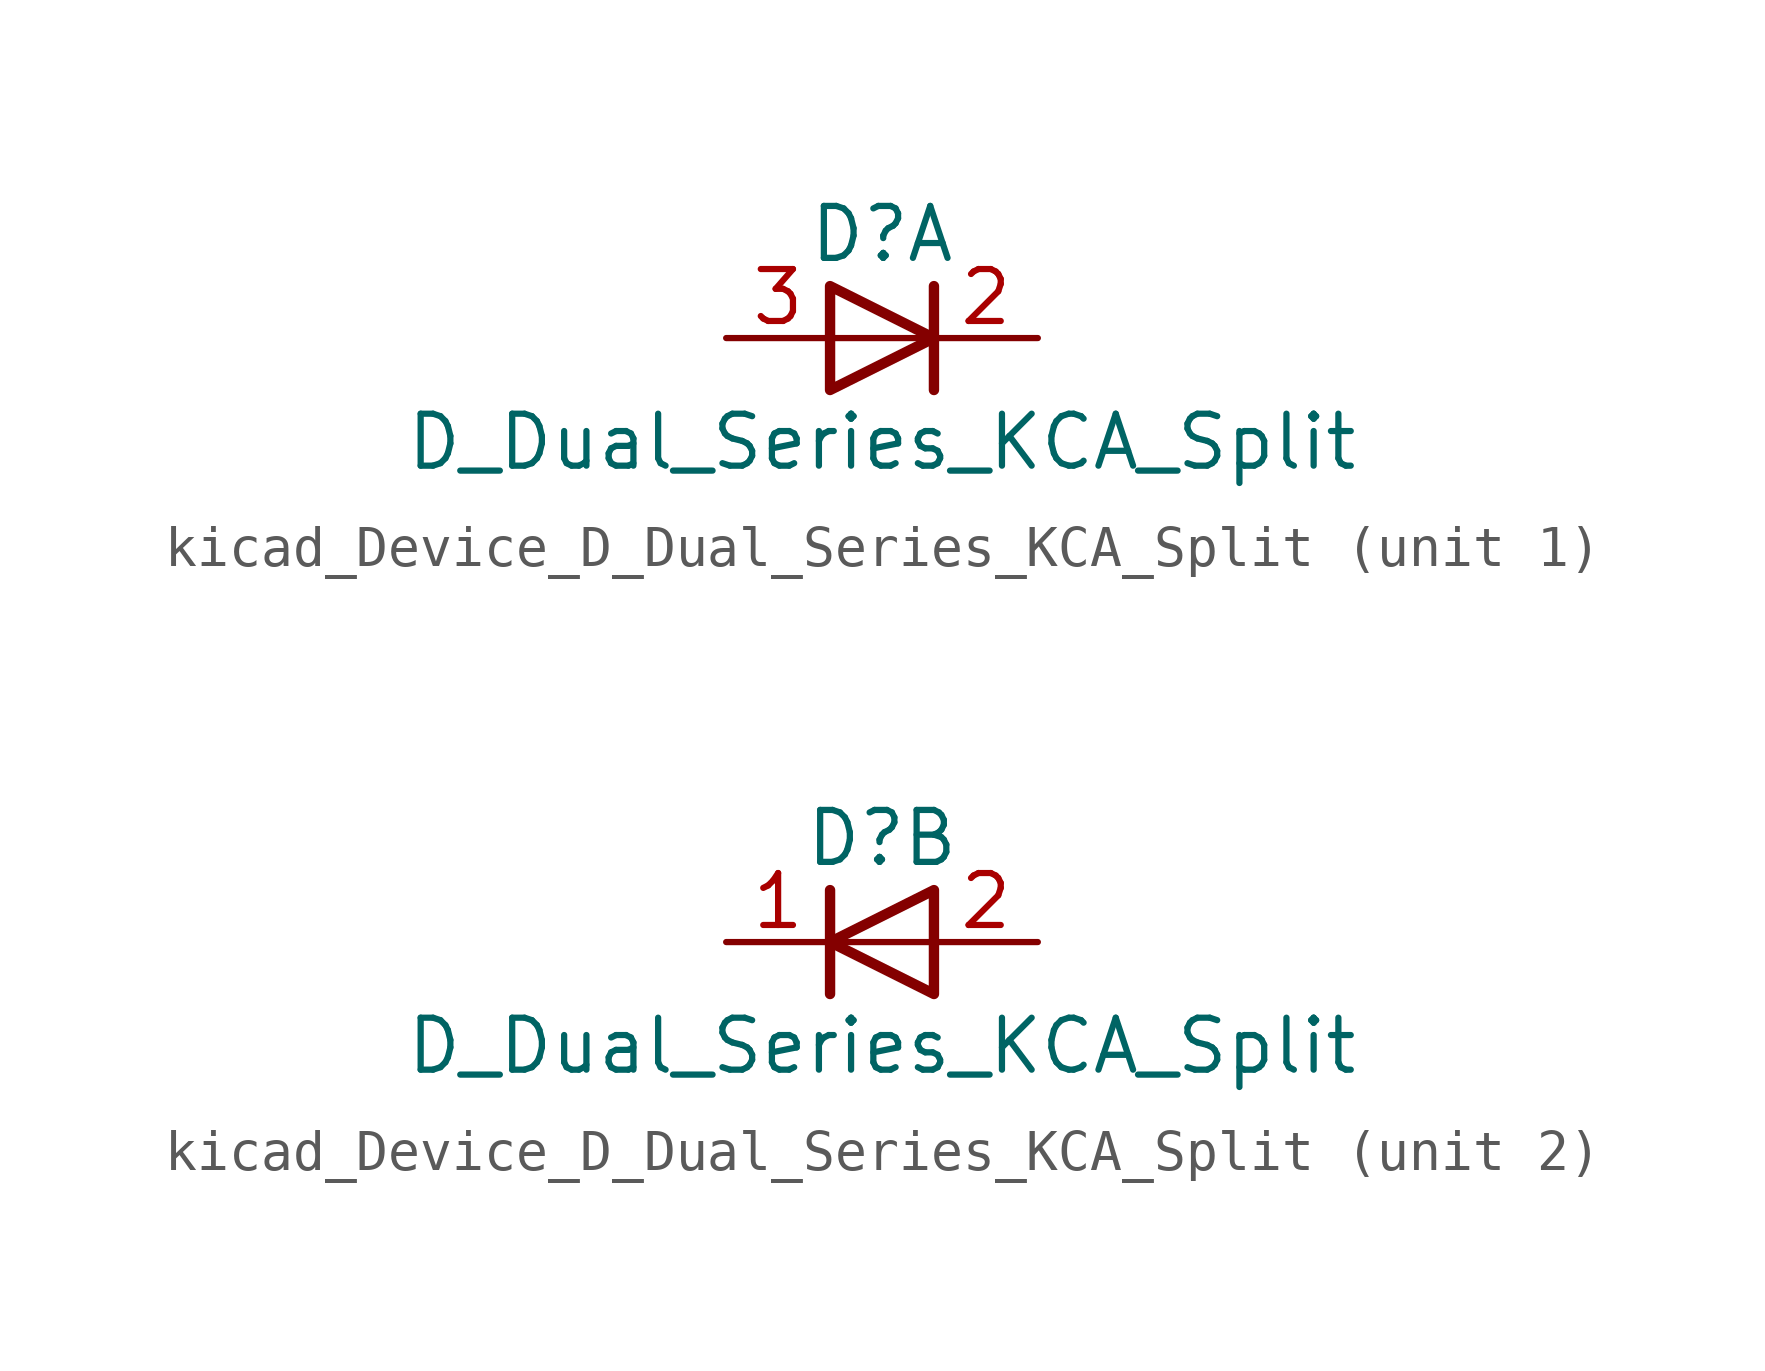
<source format=kicad_sym>
(kicad_symbol_lib
  (version 20220914)
  (generator kicad_symbol_editor)
  (symbol "kicad_Device_D_Dual_Series_KCA_Split"
    (pin_names
      (offset 0.762) hide)
    (property "Reference" "D"
      (at 0 2.54 0)
      (effects (font (size 1.27 1.27))))
    (property "Value" "D_Dual_Series_KCA_Split"
      (at 0 -2.54 0)
      (effects (font (size 1.27 1.27))))
    (property "ki_locked" ""
      (at 0 0 0)
      (effects (font (size 1.27 1.27))))
    (symbol "kicad_Device_D_Dual_Series_KCA_Split_0_1"
      (pin passive line (at 3.81 0 180) (length 2.54) (name "K" (effects (font (size 1.27 1.27)))) (number "2" (effects (font (size 1.27 1.27))))))
    (symbol "kicad_Device_D_Dual_Series_KCA_Split_1_0"
      (polyline (pts (xy 1.27 1.27) (xy 1.27 -1.27)) (stroke (width 0.254) (type default)) (fill (type none))))
    (symbol "kicad_Device_D_Dual_Series_KCA_Split_1_1"
      (polyline (pts (xy 1.27 0) (xy -1.27 0)) (stroke (width 0) (type default)) (fill (type none)))
      (polyline (pts (xy -1.27 1.27) (xy 1.27 0) (xy -1.27 -1.27) (xy -1.27 1.27) (xy -1.27 1.27) (xy -1.27 1.27)) (stroke (width 0.254) (type default)) (fill (type none)))
      (pin passive line (at -3.81 0 0) (length 2.54) (name "A" (effects (font (size 1.27 1.27)))) (number "3" (effects (font (size 1.27 1.27))))))
    (symbol "kicad_Device_D_Dual_Series_KCA_Split_2_0"
      (polyline (pts (xy -1.27 1.27) (xy -1.27 -1.27)) (stroke (width 0.254) (type default)) (fill (type none))))
    (symbol "kicad_Device_D_Dual_Series_KCA_Split_2_1"
      (polyline (pts (xy -1.27 0) (xy 1.27 0)) (stroke (width 0) (type default)) (fill (type none)))
      (polyline (pts (xy 1.27 1.27) (xy -1.27 0) (xy 1.27 -1.27) (xy 1.27 1.27) (xy 1.27 1.27) (xy 1.27 1.27)) (stroke (width 0.254) (type default)) (fill (type none)))
      (pin passive line (at -3.81 0 0) (length 2.54) (name "K" (effects (font (size 1.27 1.27)))) (number "1" (effects (font (size 1.27 1.27))))))))
</source>
